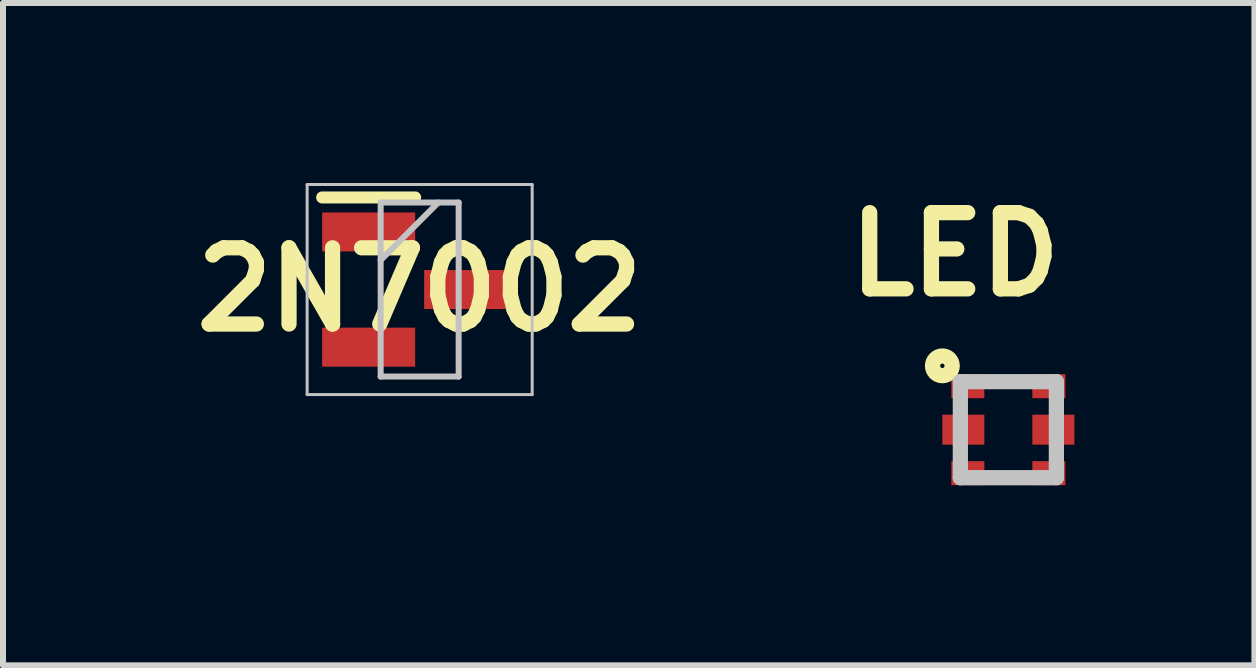
<source format=kicad_pcb>
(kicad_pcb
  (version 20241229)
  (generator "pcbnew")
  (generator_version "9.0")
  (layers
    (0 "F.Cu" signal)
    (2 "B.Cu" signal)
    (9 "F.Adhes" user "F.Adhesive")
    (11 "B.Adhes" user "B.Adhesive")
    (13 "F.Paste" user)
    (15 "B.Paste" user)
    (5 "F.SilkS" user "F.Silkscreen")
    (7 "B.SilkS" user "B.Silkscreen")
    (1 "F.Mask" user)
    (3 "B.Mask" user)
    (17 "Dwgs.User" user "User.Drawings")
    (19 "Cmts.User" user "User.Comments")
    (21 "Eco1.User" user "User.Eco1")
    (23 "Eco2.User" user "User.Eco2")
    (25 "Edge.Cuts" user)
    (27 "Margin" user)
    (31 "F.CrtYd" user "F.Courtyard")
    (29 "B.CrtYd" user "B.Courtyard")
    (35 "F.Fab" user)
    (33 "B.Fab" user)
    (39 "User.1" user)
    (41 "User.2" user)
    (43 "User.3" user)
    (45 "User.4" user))
  (footprint "2N7002"
    (layer "F.Cu")
    (at 3.943 1.775)
    (property "Reference" "2N7002" (at 0 0 0) (layer "F.SilkS") (effects (font (size 1.27 1.27) (thickness 0.254))))
    (attr smd)
    (fp_line (start -1.625 -1.535) (end -0.075 -1.535) (stroke (width 0.2) (type solid)) (layer "F.SilkS"))
    (fp_line (start -1.875 -1.75) (end 1.875 -1.75) (stroke (width 0.05) (type solid)) (layer "Dwgs.User"))
    (fp_line (start -1.875 1.75) (end -1.875 -1.75) (stroke (width 0.05) (type solid)) (layer "Dwgs.User"))
    (fp_line (start -0.65 -1.45) (end 0.65 -1.45) (stroke (width 0.1) (type solid)) (layer "Dwgs.User"))
    (fp_line (start -0.65 -0.49) (end 0.31 -1.45) (stroke (width 0.1) (type solid)) (layer "Dwgs.User"))
    (fp_line (start -0.65 1.45) (end -0.65 -1.45) (stroke (width 0.1) (type solid)) (layer "Dwgs.User"))
    (fp_line (start 0.65 -1.45) (end 0.65 1.45) (stroke (width 0.1) (type solid)) (layer "Dwgs.User"))
    (fp_line (start 0.65 1.45) (end -0.65 1.45) (stroke (width 0.1) (type solid)) (layer "Dwgs.User"))
    (fp_line (start 1.875 -1.75) (end 1.875 1.75) (stroke (width 0.05) (type solid)) (layer "Dwgs.User"))
    (fp_line (start 1.875 1.75) (end -1.875 1.75) (stroke (width 0.05) (type solid)) (layer "Dwgs.User"))
    (pad "1" smd rect (at -0.85 -0.96 90) (size 0.65 1.55) (layers "F.Cu" "F.Paste"))
    (pad "2" smd rect (at -0.85 0.96 90) (size 0.65 1.55) (layers "F.Cu" "F.Paste"))
    (pad "3" smd rect (at 0.85 0 90) (size 0.65 1.55) (layers "F.Cu" "F.Paste")))
  (footprint "LED"
    (layer "F.Cu")
    (at 13.753 4.11)
    (property "Reference" "LED" (at -0.889 -2.921 0) (layer "F.SilkS") (effects (font (size 1.27 1.27) (thickness 0.254))))
    (attr smd)
    (fp_circle (center -1.1 -1.064) (end -1.1 -1.027) (stroke (width 0.254) (type solid)) (fill no) (layer "F.SilkS"))
    (fp_line (start -0.8 -0.8) (end 0.8 -0.8) (stroke (width 0.254) (type solid)) (layer "Dwgs.User"))
    (fp_line (start -0.8 0.8) (end -0.8 -0.8) (stroke (width 0.254) (type solid)) (layer "Dwgs.User"))
    (fp_line (start 0.8 -0.8) (end 0.8 0.8) (stroke (width 0.254) (type solid)) (layer "Dwgs.User"))
    (fp_line (start 0.8 0.8) (end -0.8 0.8) (stroke (width 0.254) (type solid)) (layer "Dwgs.User"))
    (pad "1" smd rect (at -0.675 -0.725 90) (size 0.4 0.55) (layers "F.Cu" "F.Paste"))
    (pad "2" smd rect (at -0.75 0 90) (size 0.5 0.7) (layers "F.Cu" "F.Paste"))
    (pad "3" smd rect (at -0.675 0.725 90) (size 0.4 0.55) (layers "F.Cu" "F.Paste"))
    (pad "4" smd rect (at 0.675 -0.725 90) (size 0.4 0.55) (layers "F.Cu" "F.Paste"))
    (pad "5" smd rect (at 0.75 0 90) (size 0.5 0.7) (layers "F.Cu" "F.Paste"))
    (pad "6" smd rect (at 0.675 0.725 90) (size 0.4 0.55) (layers "F.Cu" "F.Paste")))
  (gr_rect
    (start -3 -3)
    (end 17.853 8.037)
    (stroke (width 0.1) (type default))
    (fill no)
    (layer "Edge.Cuts")))
</source>
